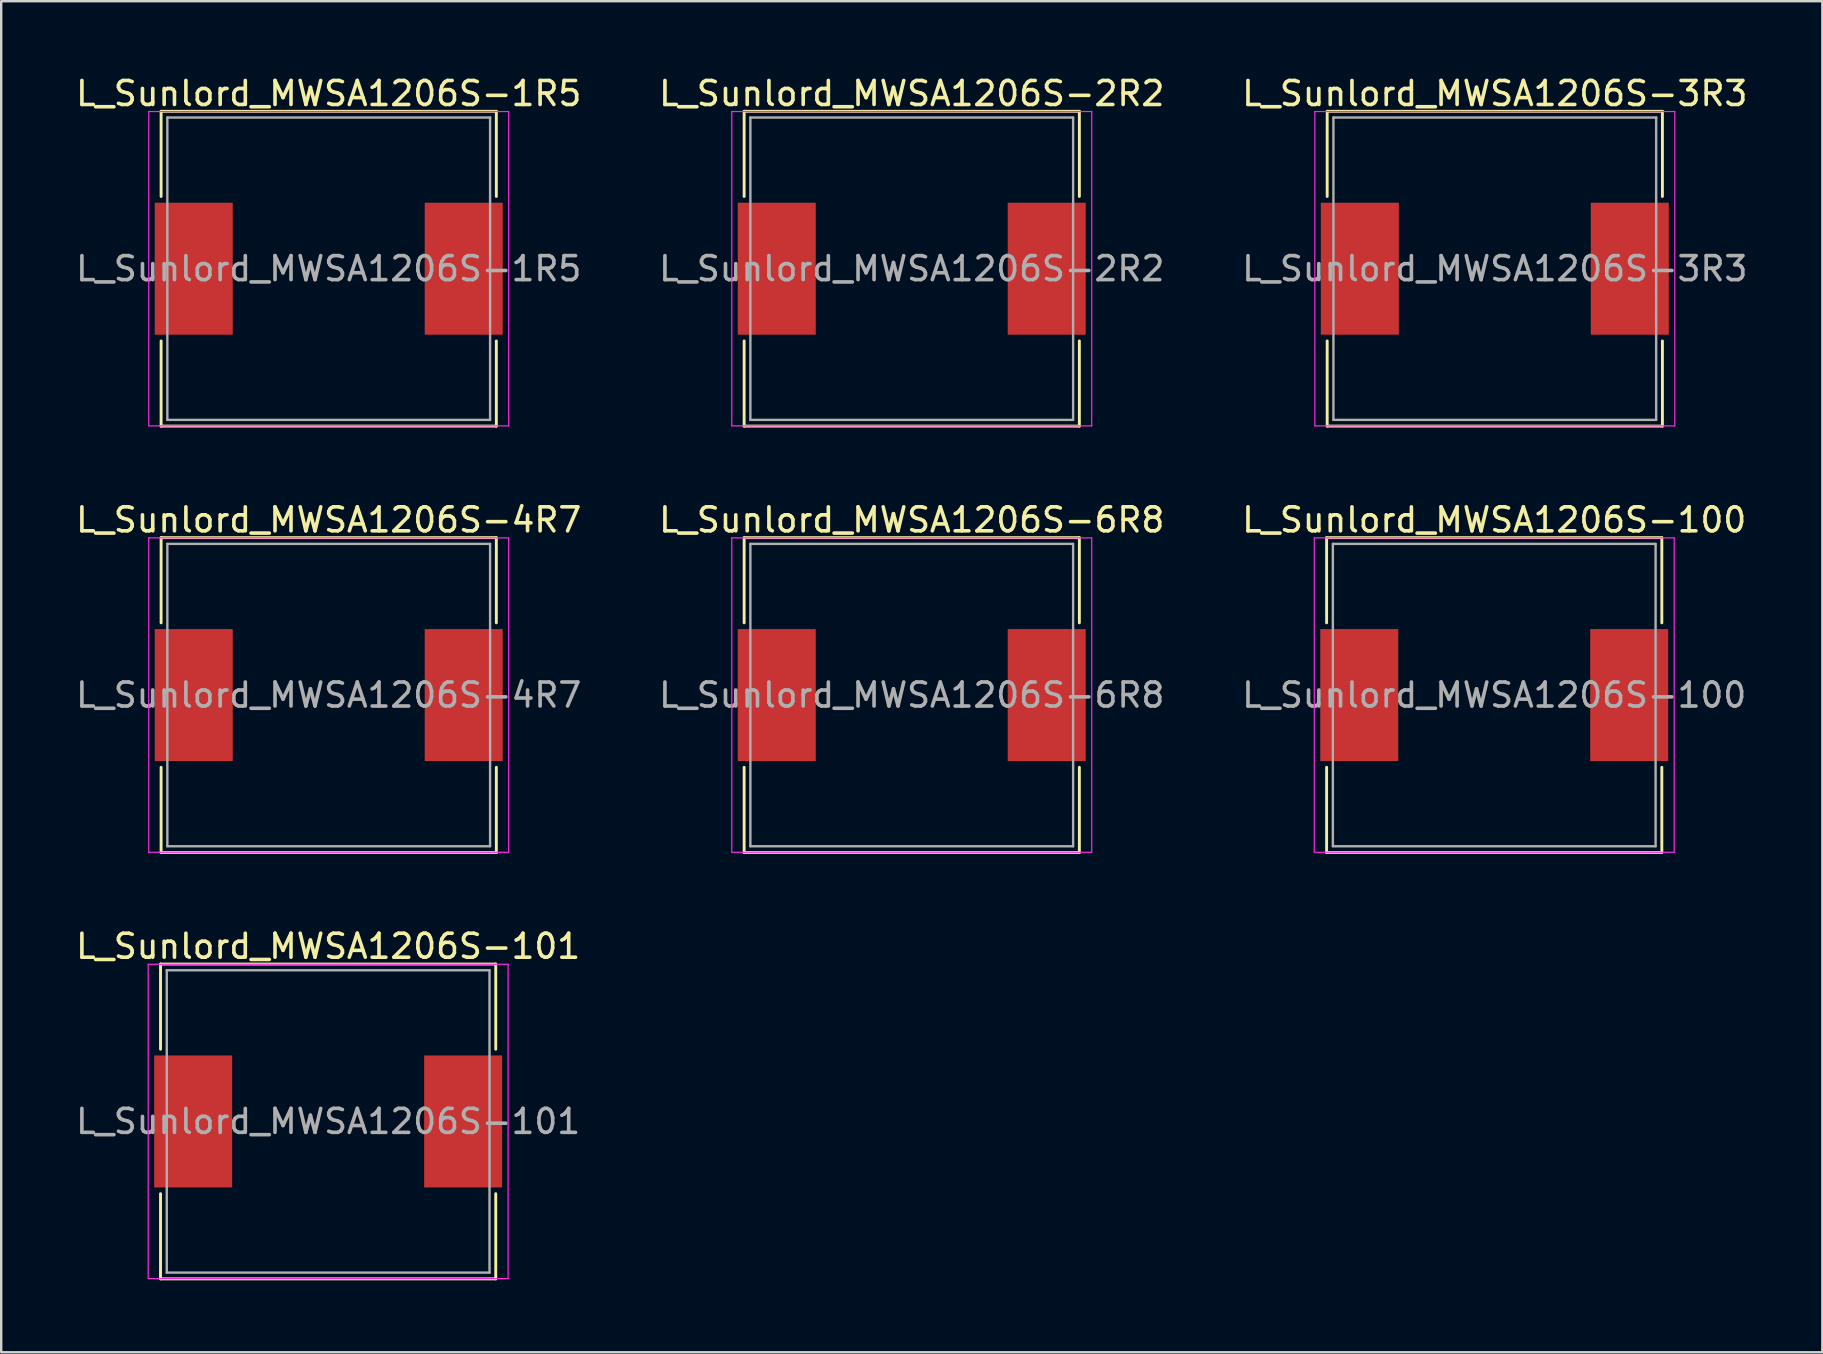
<source format=kicad_pcb>
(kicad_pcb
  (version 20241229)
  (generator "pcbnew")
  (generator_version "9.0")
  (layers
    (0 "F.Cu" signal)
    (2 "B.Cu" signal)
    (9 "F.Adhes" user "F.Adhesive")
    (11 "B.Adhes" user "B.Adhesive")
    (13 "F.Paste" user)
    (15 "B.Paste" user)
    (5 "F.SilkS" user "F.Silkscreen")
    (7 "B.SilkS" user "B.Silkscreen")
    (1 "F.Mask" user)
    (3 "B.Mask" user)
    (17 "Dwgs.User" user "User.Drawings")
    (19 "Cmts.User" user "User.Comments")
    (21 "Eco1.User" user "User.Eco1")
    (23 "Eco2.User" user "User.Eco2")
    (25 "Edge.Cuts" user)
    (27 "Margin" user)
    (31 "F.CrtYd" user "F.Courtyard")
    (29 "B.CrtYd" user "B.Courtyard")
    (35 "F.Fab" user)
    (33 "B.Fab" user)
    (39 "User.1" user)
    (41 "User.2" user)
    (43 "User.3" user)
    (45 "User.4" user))
  (footprint "L_Sunlord_MWSA1206S-2R2"
    (layer "F.Cu")
    (at 34.946 8.148)
    (property "Reference" "L_Sunlord_MWSA1206S-2R2" (at 0 -7.3 0) (layer "F.SilkS") (effects (font (size 1 1) (thickness 0.15))))
    (attr smd)
    (fp_line (start -6.985 -6.56) (end -6.985 -3.01) (stroke (width 0.12) (type solid)) (layer "F.SilkS"))
    (fp_line (start -6.985 -6.56) (end 6.985 -6.56) (stroke (width 0.12) (type solid)) (layer "F.SilkS"))
    (fp_line (start -6.985 6.56) (end -6.985 3.01) (stroke (width 0.12) (type solid)) (layer "F.SilkS"))
    (fp_line (start -6.985 6.56) (end 6.985 6.56) (stroke (width 0.12) (type solid)) (layer "F.SilkS"))
    (fp_line (start 6.985 -6.56) (end 6.985 -3.01) (stroke (width 0.12) (type solid)) (layer "F.SilkS"))
    (fp_line (start 6.985 6.56) (end 6.985 3.01) (stroke (width 0.12) (type solid)) (layer "F.SilkS"))
    (fp_line (start -7.5 -6.55) (end -7.5 6.55) (stroke (width 0.05) (type solid)) (layer "F.CrtYd"))
    (fp_line (start -7.5 6.55) (end 7.5 6.55) (stroke (width 0.05) (type solid)) (layer "F.CrtYd"))
    (fp_line (start 7.5 -6.55) (end -7.5 -6.55) (stroke (width 0.05) (type solid)) (layer "F.CrtYd"))
    (fp_line (start 7.5 6.55) (end 7.5 -6.55) (stroke (width 0.05) (type solid)) (layer "F.CrtYd"))
    (fp_line (start -6.725 -6.3) (end -6.725 6.3) (stroke (width 0.1) (type solid)) (layer "F.Fab"))
    (fp_line (start -6.725 6.3) (end 6.725 6.3) (stroke (width 0.1) (type solid)) (layer "F.Fab"))
    (fp_line (start 6.725 -6.3) (end -6.725 -6.3) (stroke (width 0.1) (type solid)) (layer "F.Fab"))
    (fp_line (start 6.725 6.3) (end 6.725 -6.3) (stroke (width 0.1) (type solid)) (layer "F.Fab"))
    (fp_text user "${REFERENCE}" (at 0 0 0) (layer "F.Fab") (effects (font (size 1 1) (thickness 0.15))))
    (pad "1" smd rect (at -5.625 0) (size 3.25 5.5) (layers "F.Cu" "F.Mask" "F.Paste"))
    (pad "2" smd rect (at 5.625 0) (size 3.25 5.5) (layers "F.Cu" "F.Mask" "F.Paste")))
  (footprint "L_Sunlord_MWSA1206S-100"
    (layer "F.Cu")
    (at 59.22 25.916)
    (property "Reference" "L_Sunlord_MWSA1206S-100" (at 0 -7.3 0) (layer "F.SilkS") (effects (font (size 1 1) (thickness 0.15))))
    (attr smd)
    (fp_line (start -6.985 -6.56) (end -6.985 -3.01) (stroke (width 0.12) (type solid)) (layer "F.SilkS"))
    (fp_line (start -6.985 -6.56) (end 6.985 -6.56) (stroke (width 0.12) (type solid)) (layer "F.SilkS"))
    (fp_line (start -6.985 6.56) (end -6.985 3.01) (stroke (width 0.12) (type solid)) (layer "F.SilkS"))
    (fp_line (start -6.985 6.56) (end 6.985 6.56) (stroke (width 0.12) (type solid)) (layer "F.SilkS"))
    (fp_line (start 6.985 -6.56) (end 6.985 -3.01) (stroke (width 0.12) (type solid)) (layer "F.SilkS"))
    (fp_line (start 6.985 6.56) (end 6.985 3.01) (stroke (width 0.12) (type solid)) (layer "F.SilkS"))
    (fp_line (start -7.5 -6.55) (end -7.5 6.55) (stroke (width 0.05) (type solid)) (layer "F.CrtYd"))
    (fp_line (start -7.5 6.55) (end 7.5 6.55) (stroke (width 0.05) (type solid)) (layer "F.CrtYd"))
    (fp_line (start 7.5 -6.55) (end -7.5 -6.55) (stroke (width 0.05) (type solid)) (layer "F.CrtYd"))
    (fp_line (start 7.5 6.55) (end 7.5 -6.55) (stroke (width 0.05) (type solid)) (layer "F.CrtYd"))
    (fp_line (start -6.725 -6.3) (end -6.725 6.3) (stroke (width 0.1) (type solid)) (layer "F.Fab"))
    (fp_line (start -6.725 6.3) (end 6.725 6.3) (stroke (width 0.1) (type solid)) (layer "F.Fab"))
    (fp_line (start 6.725 -6.3) (end -6.725 -6.3) (stroke (width 0.1) (type solid)) (layer "F.Fab"))
    (fp_line (start 6.725 6.3) (end 6.725 -6.3) (stroke (width 0.1) (type solid)) (layer "F.Fab"))
    (fp_text user "${REFERENCE}" (at 0 0 0) (layer "F.Fab") (effects (font (size 1 1) (thickness 0.15))))
    (pad "1" smd rect (at -5.625 0) (size 3.25 5.5) (layers "F.Cu" "F.Mask" "F.Paste"))
    (pad "2" smd rect (at 5.625 0) (size 3.25 5.5) (layers "F.Cu" "F.Mask" "F.Paste")))
  (footprint "L_Sunlord_MWSA1206S-1R5"
    (layer "F.Cu")
    (at 10.649 8.148)
    (property "Reference" "L_Sunlord_MWSA1206S-1R5" (at 0 -7.3 0) (layer "F.SilkS") (effects (font (size 1 1) (thickness 0.15))))
    (attr smd)
    (fp_line (start -6.985 -6.56) (end -6.985 -3.01) (stroke (width 0.12) (type solid)) (layer "F.SilkS"))
    (fp_line (start -6.985 -6.56) (end 6.985 -6.56) (stroke (width 0.12) (type solid)) (layer "F.SilkS"))
    (fp_line (start -6.985 6.56) (end -6.985 3.01) (stroke (width 0.12) (type solid)) (layer "F.SilkS"))
    (fp_line (start -6.985 6.56) (end 6.985 6.56) (stroke (width 0.12) (type solid)) (layer "F.SilkS"))
    (fp_line (start 6.985 -6.56) (end 6.985 -3.01) (stroke (width 0.12) (type solid)) (layer "F.SilkS"))
    (fp_line (start 6.985 6.56) (end 6.985 3.01) (stroke (width 0.12) (type solid)) (layer "F.SilkS"))
    (fp_line (start -7.5 -6.55) (end -7.5 6.55) (stroke (width 0.05) (type solid)) (layer "F.CrtYd"))
    (fp_line (start -7.5 6.55) (end 7.5 6.55) (stroke (width 0.05) (type solid)) (layer "F.CrtYd"))
    (fp_line (start 7.5 -6.55) (end -7.5 -6.55) (stroke (width 0.05) (type solid)) (layer "F.CrtYd"))
    (fp_line (start 7.5 6.55) (end 7.5 -6.55) (stroke (width 0.05) (type solid)) (layer "F.CrtYd"))
    (fp_line (start -6.725 -6.3) (end -6.725 6.3) (stroke (width 0.1) (type solid)) (layer "F.Fab"))
    (fp_line (start -6.725 6.3) (end 6.725 6.3) (stroke (width 0.1) (type solid)) (layer "F.Fab"))
    (fp_line (start 6.725 -6.3) (end -6.725 -6.3) (stroke (width 0.1) (type solid)) (layer "F.Fab"))
    (fp_line (start 6.725 6.3) (end 6.725 -6.3) (stroke (width 0.1) (type solid)) (layer "F.Fab"))
    (fp_text user "${REFERENCE}" (at 0 0 0) (layer "F.Fab") (effects (font (size 1 1) (thickness 0.15))))
    (pad "1" smd rect (at -5.625 0) (size 3.25 5.5) (layers "F.Cu" "F.Mask" "F.Paste"))
    (pad "2" smd rect (at 5.625 0) (size 3.25 5.5) (layers "F.Cu" "F.Mask" "F.Paste")))
  (footprint "L_Sunlord_MWSA1206S-4R7"
    (layer "F.Cu")
    (at 10.649 25.916)
    (property "Reference" "L_Sunlord_MWSA1206S-4R7" (at 0 -7.3 0) (layer "F.SilkS") (effects (font (size 1 1) (thickness 0.15))))
    (attr smd)
    (fp_line (start -6.985 -6.56) (end -6.985 -3.01) (stroke (width 0.12) (type solid)) (layer "F.SilkS"))
    (fp_line (start -6.985 -6.56) (end 6.985 -6.56) (stroke (width 0.12) (type solid)) (layer "F.SilkS"))
    (fp_line (start -6.985 6.56) (end -6.985 3.01) (stroke (width 0.12) (type solid)) (layer "F.SilkS"))
    (fp_line (start -6.985 6.56) (end 6.985 6.56) (stroke (width 0.12) (type solid)) (layer "F.SilkS"))
    (fp_line (start 6.985 -6.56) (end 6.985 -3.01) (stroke (width 0.12) (type solid)) (layer "F.SilkS"))
    (fp_line (start 6.985 6.56) (end 6.985 3.01) (stroke (width 0.12) (type solid)) (layer "F.SilkS"))
    (fp_line (start -7.5 -6.55) (end -7.5 6.55) (stroke (width 0.05) (type solid)) (layer "F.CrtYd"))
    (fp_line (start -7.5 6.55) (end 7.5 6.55) (stroke (width 0.05) (type solid)) (layer "F.CrtYd"))
    (fp_line (start 7.5 -6.55) (end -7.5 -6.55) (stroke (width 0.05) (type solid)) (layer "F.CrtYd"))
    (fp_line (start 7.5 6.55) (end 7.5 -6.55) (stroke (width 0.05) (type solid)) (layer "F.CrtYd"))
    (fp_line (start -6.725 -6.3) (end -6.725 6.3) (stroke (width 0.1) (type solid)) (layer "F.Fab"))
    (fp_line (start -6.725 6.3) (end 6.725 6.3) (stroke (width 0.1) (type solid)) (layer "F.Fab"))
    (fp_line (start 6.725 -6.3) (end -6.725 -6.3) (stroke (width 0.1) (type solid)) (layer "F.Fab"))
    (fp_line (start 6.725 6.3) (end 6.725 -6.3) (stroke (width 0.1) (type solid)) (layer "F.Fab"))
    (fp_text user "${REFERENCE}" (at 0 0 0) (layer "F.Fab") (effects (font (size 1 1) (thickness 0.15))))
    (pad "1" smd rect (at -5.625 0) (size 3.25 5.5) (layers "F.Cu" "F.Mask" "F.Paste"))
    (pad "2" smd rect (at 5.625 0) (size 3.25 5.5) (layers "F.Cu" "F.Mask" "F.Paste")))
  (footprint "L_Sunlord_MWSA1206S-6R8"
    (layer "F.Cu")
    (at 34.946 25.916)
    (property "Reference" "L_Sunlord_MWSA1206S-6R8" (at 0 -7.3 0) (layer "F.SilkS") (effects (font (size 1 1) (thickness 0.15))))
    (attr smd)
    (fp_line (start -6.985 -6.56) (end -6.985 -3.01) (stroke (width 0.12) (type solid)) (layer "F.SilkS"))
    (fp_line (start -6.985 -6.56) (end 6.985 -6.56) (stroke (width 0.12) (type solid)) (layer "F.SilkS"))
    (fp_line (start -6.985 6.56) (end -6.985 3.01) (stroke (width 0.12) (type solid)) (layer "F.SilkS"))
    (fp_line (start -6.985 6.56) (end 6.985 6.56) (stroke (width 0.12) (type solid)) (layer "F.SilkS"))
    (fp_line (start 6.985 -6.56) (end 6.985 -3.01) (stroke (width 0.12) (type solid)) (layer "F.SilkS"))
    (fp_line (start 6.985 6.56) (end 6.985 3.01) (stroke (width 0.12) (type solid)) (layer "F.SilkS"))
    (fp_line (start -7.5 -6.55) (end -7.5 6.55) (stroke (width 0.05) (type solid)) (layer "F.CrtYd"))
    (fp_line (start -7.5 6.55) (end 7.5 6.55) (stroke (width 0.05) (type solid)) (layer "F.CrtYd"))
    (fp_line (start 7.5 -6.55) (end -7.5 -6.55) (stroke (width 0.05) (type solid)) (layer "F.CrtYd"))
    (fp_line (start 7.5 6.55) (end 7.5 -6.55) (stroke (width 0.05) (type solid)) (layer "F.CrtYd"))
    (fp_line (start -6.725 -6.3) (end -6.725 6.3) (stroke (width 0.1) (type solid)) (layer "F.Fab"))
    (fp_line (start -6.725 6.3) (end 6.725 6.3) (stroke (width 0.1) (type solid)) (layer "F.Fab"))
    (fp_line (start 6.725 -6.3) (end -6.725 -6.3) (stroke (width 0.1) (type solid)) (layer "F.Fab"))
    (fp_line (start 6.725 6.3) (end 6.725 -6.3) (stroke (width 0.1) (type solid)) (layer "F.Fab"))
    (fp_text user "${REFERENCE}" (at 0 0 0) (layer "F.Fab") (effects (font (size 1 1) (thickness 0.15))))
    (pad "1" smd rect (at -5.625 0) (size 3.25 5.5) (layers "F.Cu" "F.Mask" "F.Paste"))
    (pad "2" smd rect (at 5.625 0) (size 3.25 5.5) (layers "F.Cu" "F.Mask" "F.Paste")))
  (footprint "L_Sunlord_MWSA1206S-3R3"
    (layer "F.Cu")
    (at 59.244 8.148)
    (property "Reference" "L_Sunlord_MWSA1206S-3R3" (at 0 -7.3 0) (layer "F.SilkS") (effects (font (size 1 1) (thickness 0.15))))
    (attr smd)
    (fp_line (start -6.985 -6.56) (end -6.985 -3.01) (stroke (width 0.12) (type solid)) (layer "F.SilkS"))
    (fp_line (start -6.985 -6.56) (end 6.985 -6.56) (stroke (width 0.12) (type solid)) (layer "F.SilkS"))
    (fp_line (start -6.985 6.56) (end -6.985 3.01) (stroke (width 0.12) (type solid)) (layer "F.SilkS"))
    (fp_line (start -6.985 6.56) (end 6.985 6.56) (stroke (width 0.12) (type solid)) (layer "F.SilkS"))
    (fp_line (start 6.985 -6.56) (end 6.985 -3.01) (stroke (width 0.12) (type solid)) (layer "F.SilkS"))
    (fp_line (start 6.985 6.56) (end 6.985 3.01) (stroke (width 0.12) (type solid)) (layer "F.SilkS"))
    (fp_line (start -7.5 -6.55) (end -7.5 6.55) (stroke (width 0.05) (type solid)) (layer "F.CrtYd"))
    (fp_line (start -7.5 6.55) (end 7.5 6.55) (stroke (width 0.05) (type solid)) (layer "F.CrtYd"))
    (fp_line (start 7.5 -6.55) (end -7.5 -6.55) (stroke (width 0.05) (type solid)) (layer "F.CrtYd"))
    (fp_line (start 7.5 6.55) (end 7.5 -6.55) (stroke (width 0.05) (type solid)) (layer "F.CrtYd"))
    (fp_line (start -6.725 -6.3) (end -6.725 6.3) (stroke (width 0.1) (type solid)) (layer "F.Fab"))
    (fp_line (start -6.725 6.3) (end 6.725 6.3) (stroke (width 0.1) (type solid)) (layer "F.Fab"))
    (fp_line (start 6.725 -6.3) (end -6.725 -6.3) (stroke (width 0.1) (type solid)) (layer "F.Fab"))
    (fp_line (start 6.725 6.3) (end 6.725 -6.3) (stroke (width 0.1) (type solid)) (layer "F.Fab"))
    (fp_text user "${REFERENCE}" (at 0 0 0) (layer "F.Fab") (effects (font (size 1 1) (thickness 0.15))))
    (pad "1" smd rect (at -5.625 0) (size 3.25 5.5) (layers "F.Cu" "F.Mask" "F.Paste"))
    (pad "2" smd rect (at 5.625 0) (size 3.25 5.5) (layers "F.Cu" "F.Mask" "F.Paste")))
  (footprint "L_Sunlord_MWSA1206S-101"
    (layer "F.Cu")
    (at 10.625 43.685)
    (property "Reference" "L_Sunlord_MWSA1206S-101" (at 0 -7.3 0) (layer "F.SilkS") (effects (font (size 1 1) (thickness 0.15))))
    (attr smd)
    (fp_line (start -6.985 -6.56) (end -6.985 -3.01) (stroke (width 0.12) (type solid)) (layer "F.SilkS"))
    (fp_line (start -6.985 -6.56) (end 6.985 -6.56) (stroke (width 0.12) (type solid)) (layer "F.SilkS"))
    (fp_line (start -6.985 6.56) (end -6.985 3.01) (stroke (width 0.12) (type solid)) (layer "F.SilkS"))
    (fp_line (start -6.985 6.56) (end 6.985 6.56) (stroke (width 0.12) (type solid)) (layer "F.SilkS"))
    (fp_line (start 6.985 -6.56) (end 6.985 -3.01) (stroke (width 0.12) (type solid)) (layer "F.SilkS"))
    (fp_line (start 6.985 6.56) (end 6.985 3.01) (stroke (width 0.12) (type solid)) (layer "F.SilkS"))
    (fp_line (start -7.5 -6.55) (end -7.5 6.55) (stroke (width 0.05) (type solid)) (layer "F.CrtYd"))
    (fp_line (start -7.5 6.55) (end 7.5 6.55) (stroke (width 0.05) (type solid)) (layer "F.CrtYd"))
    (fp_line (start 7.5 -6.55) (end -7.5 -6.55) (stroke (width 0.05) (type solid)) (layer "F.CrtYd"))
    (fp_line (start 7.5 6.55) (end 7.5 -6.55) (stroke (width 0.05) (type solid)) (layer "F.CrtYd"))
    (fp_line (start -6.725 -6.3) (end -6.725 6.3) (stroke (width 0.1) (type solid)) (layer "F.Fab"))
    (fp_line (start -6.725 6.3) (end 6.725 6.3) (stroke (width 0.1) (type solid)) (layer "F.Fab"))
    (fp_line (start 6.725 -6.3) (end -6.725 -6.3) (stroke (width 0.1) (type solid)) (layer "F.Fab"))
    (fp_line (start 6.725 6.3) (end 6.725 -6.3) (stroke (width 0.1) (type solid)) (layer "F.Fab"))
    (fp_text user "${REFERENCE}" (at 0 0 0) (layer "F.Fab") (effects (font (size 1 1) (thickness 0.15))))
    (pad "1" smd rect (at -5.625 0) (size 3.25 5.5) (layers "F.Cu" "F.Mask" "F.Paste"))
    (pad "2" smd rect (at 5.625 0) (size 3.25 5.5) (layers "F.Cu" "F.Mask" "F.Paste")))
  (gr_rect
    (start -3 -3)
    (end 72.893 53.305)
    (stroke (width 0.1) (type default))
    (fill no)
    (layer "Edge.Cuts")))
</source>
